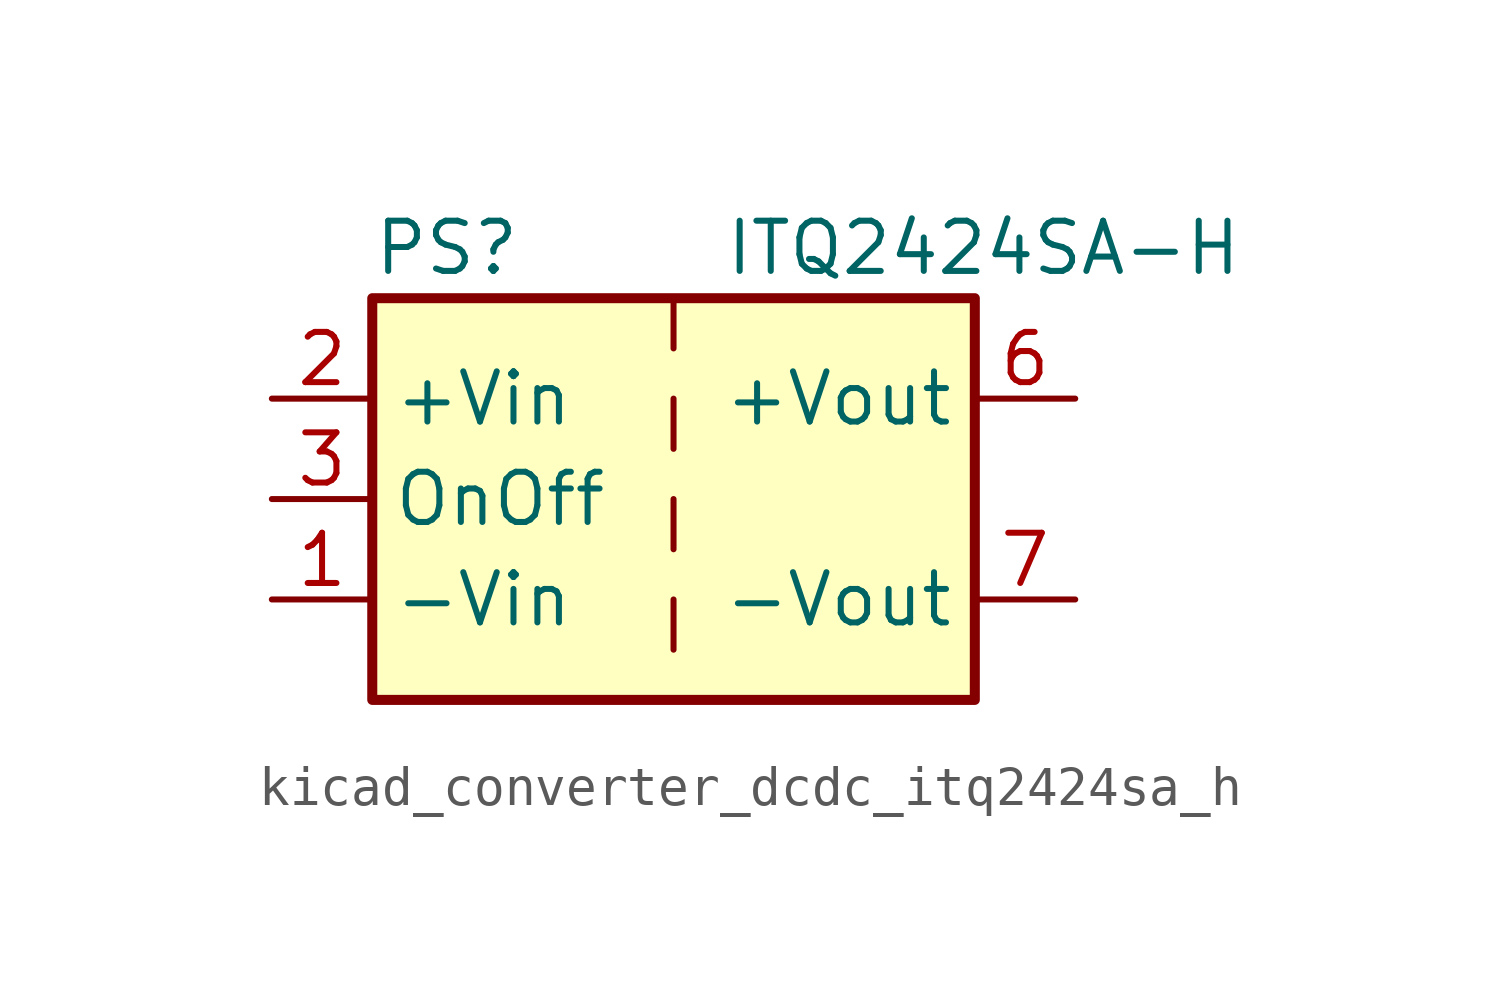
<source format=kicad_sym>
(kicad_symbol_lib
  (version 20220914)
  (generator kicad_symbol_editor)
  (symbol "kicad_converter_dcdc_itq2424sa_h"
    (property "Reference" "PS"
      (at -7.62 6.35 0)
      (effects (font (size 1.27 1.27)) (justify left)))
    (property "Value" "ITQ2424SA-H"
      (at 1.27 6.35 0)
      (effects (font (size 1.27 1.27)) (justify left)))
    (symbol "kicad_converter_dcdc_itq2424sa_h_0_0"
      (pin power_in line (at -10.16 -2.54 0) (length 2.54) (name "-Vin" (effects (font (size 1.27 1.27)))) (number "1" (effects (font (size 1.27 1.27)))))
      (pin power_in line (at -10.16 2.54 0) (length 2.54) (name "+Vin" (effects (font (size 1.27 1.27)))) (number "2" (effects (font (size 1.27 1.27)))))
      (pin input line (at -10.16 0 0) (length 2.54) (name "OnOff" (effects (font (size 1.27 1.27)))) (number "3" (effects (font (size 1.27 1.27)))))
      (pin power_out line (at 10.16 2.54 180) (length 2.54) (name "+Vout" (effects (font (size 1.27 1.27)))) (number "6" (effects (font (size 1.27 1.27)))))
      (pin power_out line (at 10.16 -2.54 180) (length 2.54) (name "-Vout" (effects (font (size 1.27 1.27)))) (number "7" (effects (font (size 1.27 1.27)))))
      (pin no_connect line (at 7.62 0 180) (length 2.54) hide (name "NC" (effects (font (size 1.27 1.27)))) (number "8" (effects (font (size 1.27 1.27))))))
    (symbol "kicad_converter_dcdc_itq2424sa_h_0_1"
      (rectangle (start -7.62 5.08) (end 7.62 -5.08) (stroke (width 0.254) (type default)) (fill (type background)))
      (polyline (pts (xy 0 -2.54) (xy 0 -3.81)) (stroke (width 0) (type default)) (fill (type none)))
      (polyline (pts (xy 0 0) (xy 0 -1.27)) (stroke (width 0) (type default)) (fill (type none)))
      (polyline (pts (xy 0 2.54) (xy 0 1.27)) (stroke (width 0) (type default)) (fill (type none)))
      (polyline (pts (xy 0 5.08) (xy 0 3.81)) (stroke (width 0) (type default)) (fill (type none))))))
</source>
